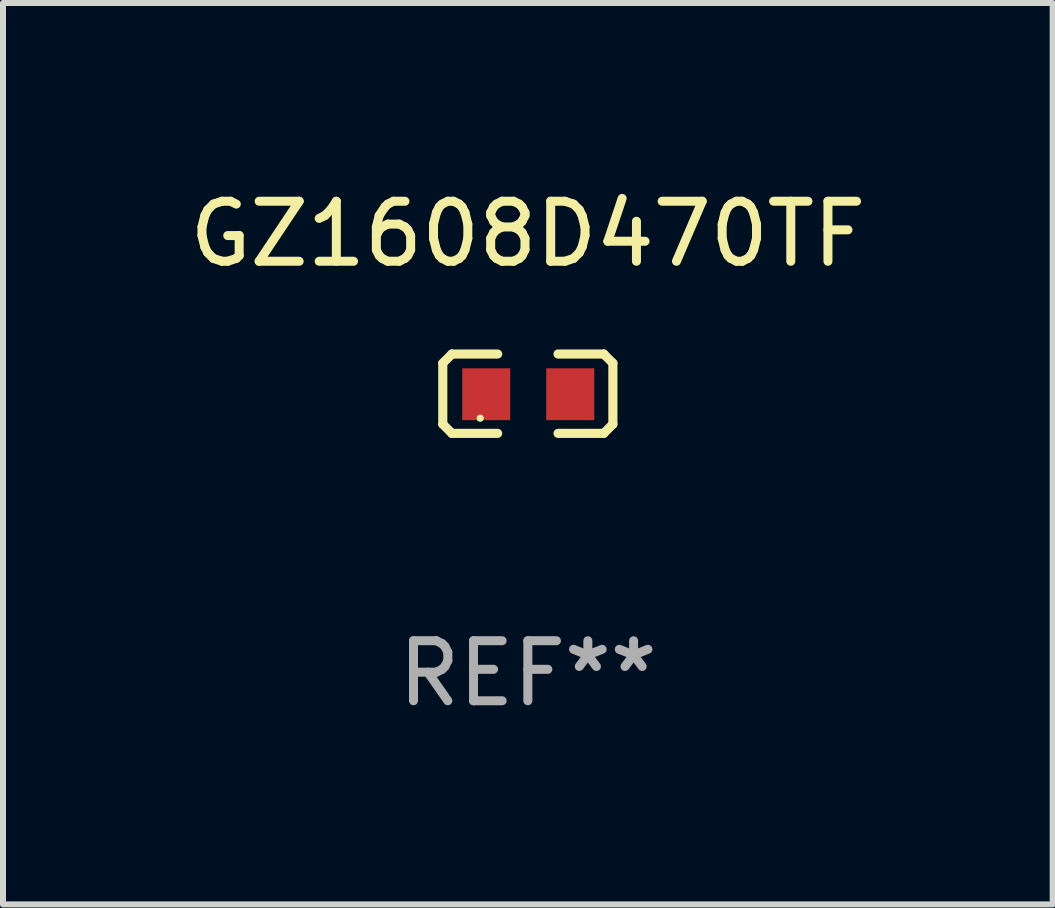
<source format=kicad_pcb>
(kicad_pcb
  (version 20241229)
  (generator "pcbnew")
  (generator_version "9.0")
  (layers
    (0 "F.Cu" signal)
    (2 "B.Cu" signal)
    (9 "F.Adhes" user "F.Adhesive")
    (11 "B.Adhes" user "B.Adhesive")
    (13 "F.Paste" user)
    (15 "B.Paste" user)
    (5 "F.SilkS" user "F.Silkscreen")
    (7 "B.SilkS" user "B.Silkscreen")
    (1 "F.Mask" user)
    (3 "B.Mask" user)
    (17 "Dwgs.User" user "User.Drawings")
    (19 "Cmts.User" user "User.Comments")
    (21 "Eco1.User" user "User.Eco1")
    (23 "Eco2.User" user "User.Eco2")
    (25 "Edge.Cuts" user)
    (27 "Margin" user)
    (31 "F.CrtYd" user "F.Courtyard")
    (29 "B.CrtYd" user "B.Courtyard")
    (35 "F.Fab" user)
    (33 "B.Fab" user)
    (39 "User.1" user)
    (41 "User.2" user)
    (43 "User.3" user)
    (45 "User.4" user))
  (footprint "GZ1608D470TF"
    (layer "F.Cu")
    (at 5.744 3.509)
    (property "Reference" "GZ1608D470TF" (at 0 -2.661 0) (layer "F.SilkS") (effects (font (size 1 1) (thickness 0.15))))
    (attr through_hole)
    (fp_line (start -1.417 -0.508) (end -1.265 -0.661) (stroke (width 0.152) (type solid)) (layer "F.SilkS"))
    (fp_line (start -1.417 0.508) (end -1.417 -0.508) (stroke (width 0.152) (type solid)) (layer "F.SilkS"))
    (fp_line (start -1.265 -0.661) (end -0.503 -0.661) (stroke (width 0.152) (type solid)) (layer "F.SilkS"))
    (fp_line (start -1.265 0.661) (end -1.417 0.508) (stroke (width 0.152) (type solid)) (layer "F.SilkS"))
    (fp_line (start -1.265 0.661) (end -0.503 0.661) (stroke (width 0.152) (type solid)) (layer "F.SilkS"))
    (fp_line (start 1.265 -0.661) (end 0.503 -0.661) (stroke (width 0.152) (type solid)) (layer "F.SilkS"))
    (fp_line (start 1.265 -0.661) (end 1.417 -0.508) (stroke (width 0.152) (type solid)) (layer "F.SilkS"))
    (fp_line (start 1.265 0.661) (end 0.503 0.661) (stroke (width 0.152) (type solid)) (layer "F.SilkS"))
    (fp_line (start 1.417 -0.508) (end 1.417 0.508) (stroke (width 0.152) (type solid)) (layer "F.SilkS"))
    (fp_line (start 1.417 0.508) (end 1.265 0.661) (stroke (width 0.152) (type solid)) (layer "F.SilkS"))
    (fp_circle (center -0.793 0.409) (end -0.763 0.409) (stroke (width 0.06) (type solid)) (fill no) (layer "F.SilkS"))
    (fp_text user "REF**" (at 0 4.661 0) (layer "F.Fab") (effects (font (size 1 1) (thickness 0.15))))
    (pad "1" smd rect (at -0.693 0.009 180) (size 0.8 0.864) (layers "F.Cu" "F.Mask" "F.Paste"))
    (pad "2" smd rect (at 0.707 0.009 180) (size 0.8 0.864) (layers "F.Cu" "F.Mask" "F.Paste")))
  (gr_rect
    (start -3 -3)
    (end 14.488 12.018)
    (stroke (width 0.1) (type default))
    (fill no)
    (layer "Edge.Cuts")))
</source>
